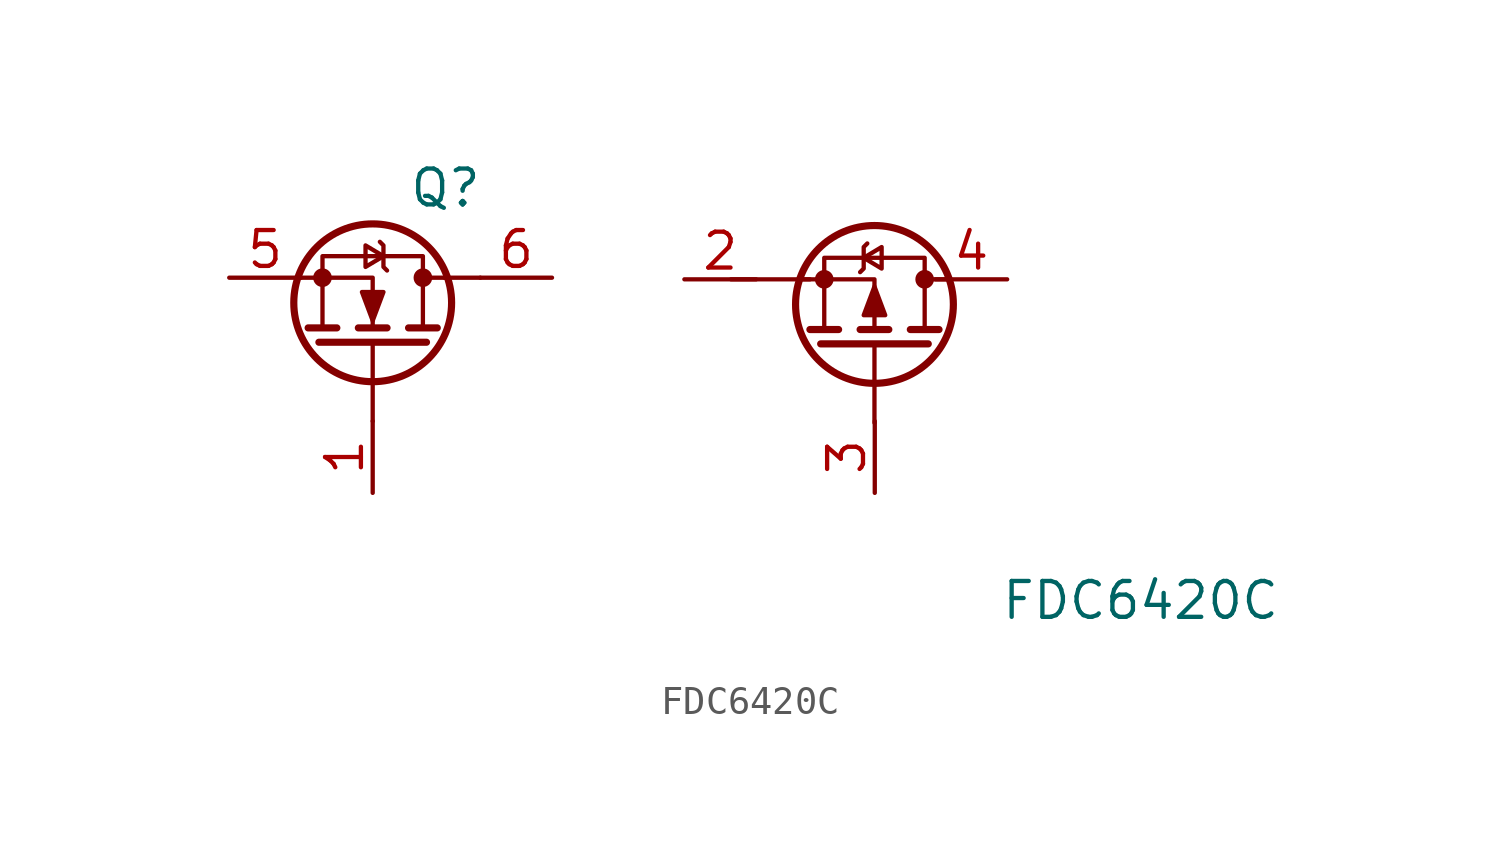
<source format=kicad_sym>
(kicad_symbol_lib
  (version 20211014)
  (generator kicad_symbol_editor)
  (symbol "FDC6420C"
    (pin_names hide)
    (property "Reference" "Q"
      (at -7.62 10.795 0)
      (effects (font (size 1.27 1.27)) (justify left)))
    (property "Value" "FDC6420C"
      (at 13.335 -3.81 0)
      (effects (font (size 1.27 1.27)) (justify left)))
    (symbol "FDC6420C_0_1"
      (circle (center -10.668 7.62) (radius 0.254) (stroke (width 0) (type default) (color 0 0 0 0)) (fill (type outline)))
      (circle (center -8.89 6.731) (radius 2.794) (stroke (width 0.254) (type default) (color 0 0 0 0)) (fill (type none)))
      (circle (center -7.112 7.62) (radius 0.254) (stroke (width 0) (type default) (color 0 0 0 0)) (fill (type outline)))
      (polyline (pts (xy -10.16 5.842) (xy -11.176 5.842)) (stroke (width 0.254) (type default) (color 0 0 0 0)) (fill (type none)))
      (polyline (pts (xy -8.89 5.334) (xy -8.89 2.54)) (stroke (width 0) (type default) (color 0 0 0 0)) (fill (type none)))
      (polyline (pts (xy -8.382 5.842) (xy -9.398 5.842)) (stroke (width 0.254) (type default) (color 0 0 0 0)) (fill (type none)))
      (polyline (pts (xy -6.985 5.334) (xy -10.795 5.334)) (stroke (width 0.254) (type default) (color 0 0 0 0)) (fill (type none)))
      (polyline (pts (xy -6.604 5.842) (xy -7.62 5.842)) (stroke (width 0.254) (type default) (color 0 0 0 0)) (fill (type none)))
      (polyline (pts (xy -6.35 7.62) (xy -7.112 7.62)) (stroke (width 0) (type default) (color 0 0 0 0)) (fill (type none)))
      (polyline (pts (xy -5.08 7.62) (xy -6.35 7.62)) (stroke (width 0) (type default) (color 0 0 0 0)) (fill (type none)))
      (polyline (pts (xy -11.43 7.62) (xy -8.89 7.62) (xy -8.89 5.842)) (stroke (width 0) (type default) (color 0 0 0 0)) (fill (type none)))
      (polyline (pts (xy -10.668 5.842) (xy -10.668 8.382) (xy -7.112 8.382) (xy -7.112 5.842)) (stroke (width 0) (type default) (color 0 0 0 0)) (fill (type none))))
    (symbol "FDC6420C_1_1"
      (polyline (pts (xy 6.593 7.562) (xy 3.799 7.562)) (stroke (width 0) (type default) (color 0 0 0 0)) (fill (type none)))
      (polyline (pts (xy 7.609 5.784) (xy 6.593 5.784)) (stroke (width 0.254) (type default) (color 0 0 0 0)) (fill (type none)))
      (polyline (pts (xy 8.879 5.276) (xy 8.879 2.482)) (stroke (width 0) (type default) (color 0 0 0 0)) (fill (type none)))
      (polyline (pts (xy 9.387 5.784) (xy 8.371 5.784)) (stroke (width 0.254) (type default) (color 0 0 0 0)) (fill (type none)))
      (polyline (pts (xy 10.784 5.276) (xy 6.974 5.276)) (stroke (width 0.254) (type default) (color 0 0 0 0)) (fill (type none)))
      (polyline (pts (xy 11.165 5.784) (xy 10.149 5.784)) (stroke (width 0.254) (type default) (color 0 0 0 0)) (fill (type none)))
      (polyline (pts (xy 11.419 7.562) (xy 10.657 7.562)) (stroke (width 0) (type default) (color 0 0 0 0)) (fill (type none)))
      (polyline (pts (xy 6.339 7.562) (xy 8.879 7.562) (xy 8.879 5.784)) (stroke (width 0) (type default) (color 0 0 0 0)) (fill (type none)))
      (polyline (pts (xy -8.89 6.096) (xy -8.509 7.112) (xy -9.271 7.112) (xy -8.89 6.096)) (stroke (width 0) (type default) (color 0 0 0 0)) (fill (type outline)))
      (polyline (pts (xy -8.509 8.382) (xy -9.144 8.001) (xy -9.144 8.763) (xy -8.509 8.382)) (stroke (width 0) (type default) (color 0 0 0 0)) (fill (type none)))
      (polyline (pts (xy -8.382 7.874) (xy -8.509 8.001) (xy -8.509 8.763) (xy -8.636 8.89)) (stroke (width 0) (type default) (color 0 0 0 0)) (fill (type none)))
      (polyline (pts (xy 7.101 5.784) (xy 7.101 8.324) (xy 10.657 8.324) (xy 10.657 5.784)) (stroke (width 0) (type default) (color 0 0 0 0)) (fill (type none)))
      (polyline (pts (xy 8.371 7.816) (xy 8.498 7.943) (xy 8.498 8.705) (xy 8.625 8.832)) (stroke (width 0) (type default) (color 0 0 0 0)) (fill (type none)))
      (polyline (pts (xy 8.498 8.324) (xy 9.133 7.943) (xy 9.133 8.705) (xy 8.498 8.324)) (stroke (width 0) (type default) (color 0 0 0 0)) (fill (type none)))
      (polyline (pts (xy 8.879 7.308) (xy 9.26 6.292) (xy 8.498 6.292) (xy 8.879 7.308)) (stroke (width 0) (type default) (color 0 0 0 0)) (fill (type outline)))
      (circle (center 7.101 7.562) (radius 0.254) (stroke (width 0) (type default) (color 0 0 0 0)) (fill (type outline)))
      (circle (center 8.879 6.673) (radius 2.794) (stroke (width 0.254) (type default) (color 0 0 0 0)) (fill (type none)))
      (circle (center 10.657 7.562) (radius 0.254) (stroke (width 0) (type default) (color 0 0 0 0)) (fill (type outline)))
      (pin passive line (at -8.89 0 90) (length 2.54) (name "G1" (effects (font (size 1.27 1.27)))) (number "1" (effects (font (size 1.27 1.27)))))
      (pin passive line (at 2.148 7.562 0) (length 2.54) (name "S2" (effects (font (size 1.27 1.27)))) (number "2" (effects (font (size 1.27 1.27)))))
      (pin passive line (at 8.89 0 90) (length 2.54) (name "G2" (effects (font (size 1.27 1.27)))) (number "3" (effects (font (size 1.27 1.27)))))
      (pin passive line (at 13.578 7.562 180) (length 2.54) (name "D2" (effects (font (size 1.27 1.27)))) (number "4" (effects (font (size 1.27 1.27)))))
      (pin passive line (at -13.97 7.62 0) (length 2.54) (name "S1" (effects (font (size 1.27 1.27)))) (number "5" (effects (font (size 1.27 1.27)))))
      (pin passive line (at -2.54 7.62 180) (length 2.54) (name "D1" (effects (font (size 1.27 1.27)))) (number "6" (effects (font (size 1.27 1.27))))))))
</source>
